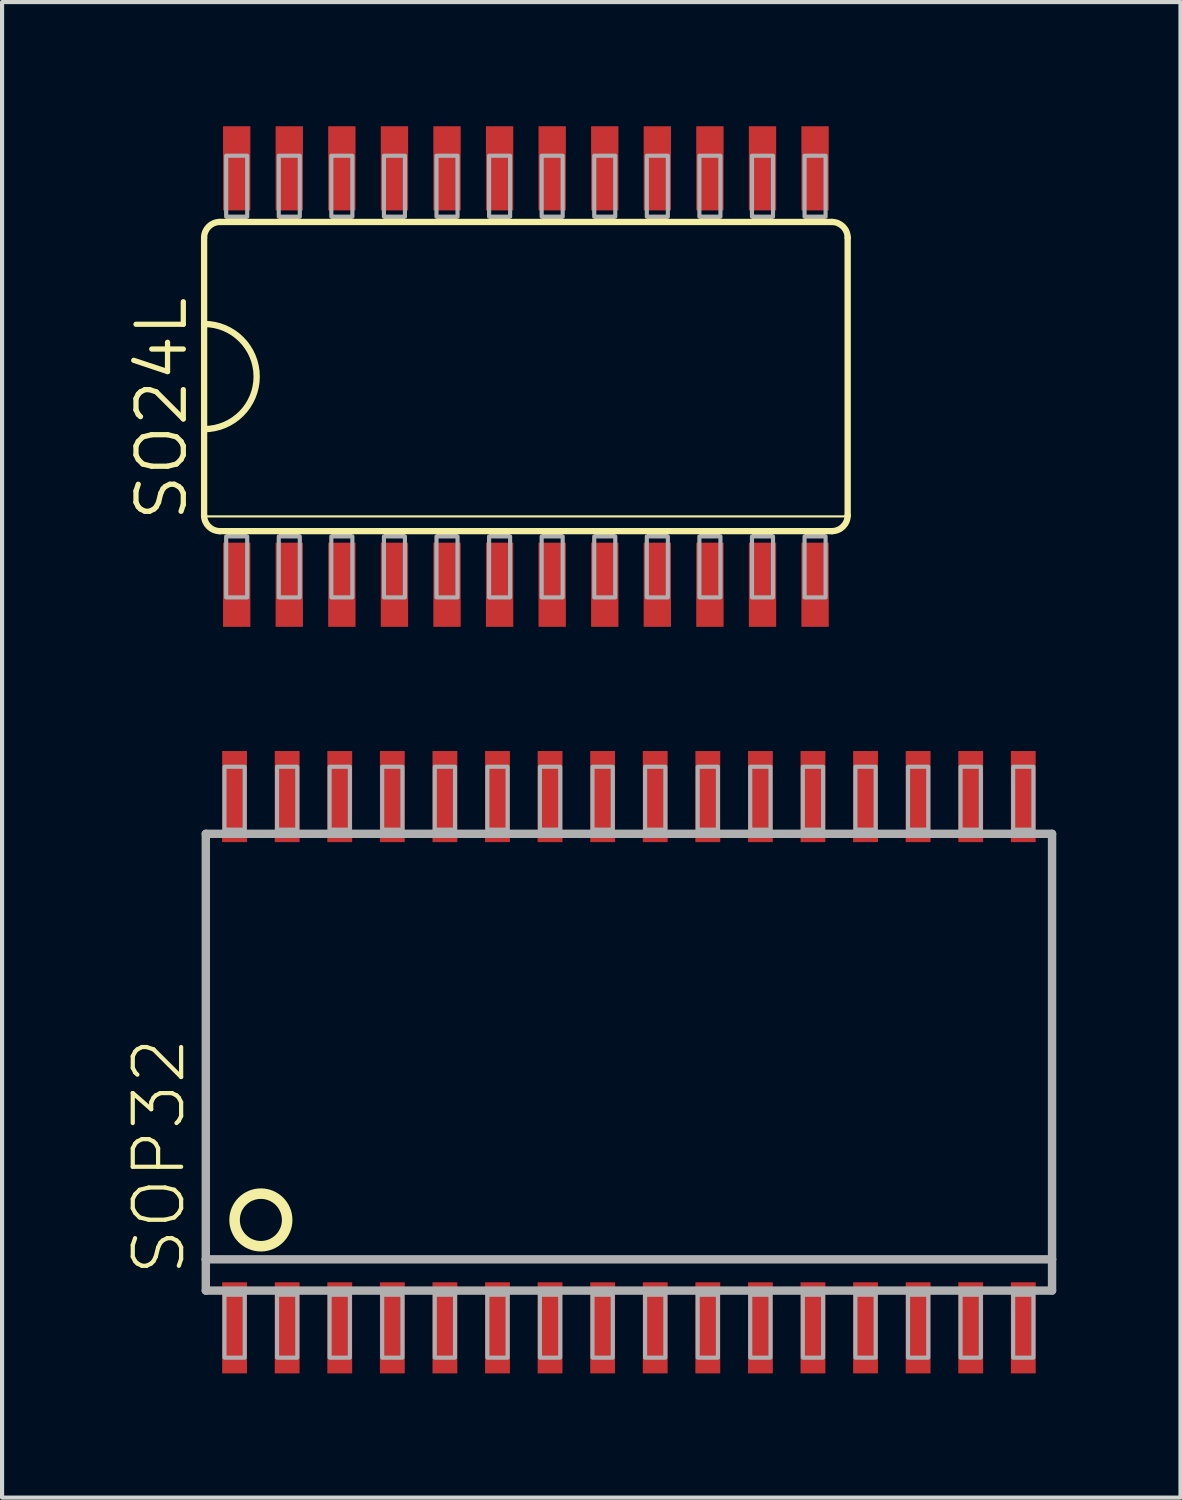
<source format=kicad_pcb>
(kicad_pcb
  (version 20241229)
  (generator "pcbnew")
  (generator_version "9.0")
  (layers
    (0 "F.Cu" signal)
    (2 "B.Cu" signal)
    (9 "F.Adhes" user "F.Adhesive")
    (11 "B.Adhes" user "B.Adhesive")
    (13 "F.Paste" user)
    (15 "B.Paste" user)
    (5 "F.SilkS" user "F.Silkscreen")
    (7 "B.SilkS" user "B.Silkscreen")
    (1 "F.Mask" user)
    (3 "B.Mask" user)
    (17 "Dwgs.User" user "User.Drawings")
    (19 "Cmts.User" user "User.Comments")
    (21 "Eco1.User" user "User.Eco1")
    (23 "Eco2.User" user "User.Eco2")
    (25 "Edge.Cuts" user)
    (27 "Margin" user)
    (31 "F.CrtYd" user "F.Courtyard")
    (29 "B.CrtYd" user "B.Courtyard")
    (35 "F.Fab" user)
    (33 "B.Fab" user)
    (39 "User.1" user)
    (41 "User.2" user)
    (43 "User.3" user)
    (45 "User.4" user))
  (footprint "SO24L"
    (layer "F.Cu")
    (at 6.477 6.045)
    (property "Reference" "SO24L" (at -4.953 3.556 90) (unlocked yes) (layer "F.SilkS") (effects (font (size 1.143 1.143) (thickness 0.127)) (justify left bottom)))
    (fp_line (start -4.597 -3.353) (end -4.597 3.353) (stroke (width 0.152) (type solid)) (layer "F.SilkS"))
    (fp_line (start -4.572 3.378) (end 10.922 3.378) (stroke (width 0.051) (type solid)) (layer "F.SilkS"))
    (fp_line (start -4.216 3.734) (end 10.566 3.734) (stroke (width 0.152) (type solid)) (layer "F.SilkS"))
    (fp_line (start 10.566 -3.734) (end -4.216 -3.734) (stroke (width 0.152) (type solid)) (layer "F.SilkS"))
    (fp_line (start 10.947 3.353) (end 10.947 -3.353) (stroke (width 0.152) (type solid)) (layer "F.SilkS"))
    (fp_arc (start -4.5974 -3.3528) (mid -4.485808 -3.622208) (end -4.2164 -3.7338) (stroke (width 0.1524) (type solid)) (layer "F.SilkS"))
    (fp_arc (start -4.5974 -1.27) (mid -3.3274 0) (end -4.5974 1.27) (stroke (width 0.1524) (type solid)) (layer "F.SilkS"))
    (fp_arc (start -4.2164 3.7338) (mid -4.485808 3.622208) (end -4.5974 3.3528) (stroke (width 0.1524) (type solid)) (layer "F.SilkS"))
    (fp_arc (start 10.5664 -3.7338) (mid 10.835808 -3.622208) (end 10.9474 -3.3528) (stroke (width 0.1524) (type solid)) (layer "F.SilkS"))
    (fp_arc (start 10.9474 3.3528) (mid 10.835808 3.622208) (end 10.5664 3.7338) (stroke (width 0.1524) (type solid)) (layer "F.SilkS"))
    (fp_poly (pts (xy -4.064 -3.734) (xy -3.556 -3.734) (xy -3.556 -3.861) (xy -4.064 -3.861)) (stroke (width 0) (type default)) (fill yes) (layer "F.SilkS"))
    (fp_poly (pts (xy -4.064 3.861) (xy -3.556 3.861) (xy -3.556 3.734) (xy -4.064 3.734)) (stroke (width 0) (type default)) (fill yes) (layer "F.SilkS"))
    (fp_poly (pts (xy -2.794 -3.734) (xy -2.286 -3.734) (xy -2.286 -3.861) (xy -2.794 -3.861)) (stroke (width 0) (type default)) (fill yes) (layer "F.SilkS"))
    (fp_poly (pts (xy -2.794 3.861) (xy -2.286 3.861) (xy -2.286 3.734) (xy -2.794 3.734)) (stroke (width 0) (type default)) (fill yes) (layer "F.SilkS"))
    (fp_poly (pts (xy -1.524 -3.734) (xy -1.016 -3.734) (xy -1.016 -3.861) (xy -1.524 -3.861)) (stroke (width 0) (type default)) (fill yes) (layer "F.SilkS"))
    (fp_poly (pts (xy -1.524 3.861) (xy -1.016 3.861) (xy -1.016 3.734) (xy -1.524 3.734)) (stroke (width 0) (type default)) (fill yes) (layer "F.SilkS"))
    (fp_poly (pts (xy -0.254 -3.734) (xy 0.254 -3.734) (xy 0.254 -3.861) (xy -0.254 -3.861)) (stroke (width 0) (type default)) (fill yes) (layer "F.SilkS"))
    (fp_poly (pts (xy -0.254 3.861) (xy 0.254 3.861) (xy 0.254 3.734) (xy -0.254 3.734)) (stroke (width 0) (type default)) (fill yes) (layer "F.SilkS"))
    (fp_poly (pts (xy 1.016 -3.734) (xy 1.524 -3.734) (xy 1.524 -3.861) (xy 1.016 -3.861)) (stroke (width 0) (type default)) (fill yes) (layer "F.SilkS"))
    (fp_poly (pts (xy 1.016 3.861) (xy 1.524 3.861) (xy 1.524 3.734) (xy 1.016 3.734)) (stroke (width 0) (type default)) (fill yes) (layer "F.SilkS"))
    (fp_poly (pts (xy 2.286 -3.734) (xy 2.794 -3.734) (xy 2.794 -3.861) (xy 2.286 -3.861)) (stroke (width 0) (type default)) (fill yes) (layer "F.SilkS"))
    (fp_poly (pts (xy 2.286 3.861) (xy 2.794 3.861) (xy 2.794 3.734) (xy 2.286 3.734)) (stroke (width 0) (type default)) (fill yes) (layer "F.SilkS"))
    (fp_poly (pts (xy 3.556 -3.734) (xy 4.064 -3.734) (xy 4.064 -3.861) (xy 3.556 -3.861)) (stroke (width 0) (type default)) (fill yes) (layer "F.SilkS"))
    (fp_poly (pts (xy 3.556 3.861) (xy 4.064 3.861) (xy 4.064 3.734) (xy 3.556 3.734)) (stroke (width 0) (type default)) (fill yes) (layer "F.SilkS"))
    (fp_poly (pts (xy 4.826 -3.734) (xy 5.334 -3.734) (xy 5.334 -3.861) (xy 4.826 -3.861)) (stroke (width 0) (type default)) (fill yes) (layer "F.SilkS"))
    (fp_poly (pts (xy 4.826 3.861) (xy 5.334 3.861) (xy 5.334 3.734) (xy 4.826 3.734)) (stroke (width 0) (type default)) (fill yes) (layer "F.SilkS"))
    (fp_poly (pts (xy 6.096 -3.734) (xy 6.604 -3.734) (xy 6.604 -3.861) (xy 6.096 -3.861)) (stroke (width 0) (type default)) (fill yes) (layer "F.SilkS"))
    (fp_poly (pts (xy 6.096 3.861) (xy 6.604 3.861) (xy 6.604 3.734) (xy 6.096 3.734)) (stroke (width 0) (type default)) (fill yes) (layer "F.SilkS"))
    (fp_poly (pts (xy 7.366 -3.734) (xy 7.874 -3.734) (xy 7.874 -3.861) (xy 7.366 -3.861)) (stroke (width 0) (type default)) (fill yes) (layer "F.SilkS"))
    (fp_poly (pts (xy 7.366 3.861) (xy 7.874 3.861) (xy 7.874 3.734) (xy 7.366 3.734)) (stroke (width 0) (type default)) (fill yes) (layer "F.SilkS"))
    (fp_poly (pts (xy 8.636 -3.734) (xy 9.144 -3.734) (xy 9.144 -3.861) (xy 8.636 -3.861)) (stroke (width 0) (type default)) (fill yes) (layer "F.SilkS"))
    (fp_poly (pts (xy 8.636 3.861) (xy 9.144 3.861) (xy 9.144 3.734) (xy 8.636 3.734)) (stroke (width 0) (type default)) (fill yes) (layer "F.SilkS"))
    (fp_poly (pts (xy 9.906 -3.734) (xy 10.414 -3.734) (xy 10.414 -3.861) (xy 9.906 -3.861)) (stroke (width 0) (type default)) (fill yes) (layer "F.SilkS"))
    (fp_poly (pts (xy 9.906 3.861) (xy 10.414 3.861) (xy 10.414 3.734) (xy 9.906 3.734)) (stroke (width 0) (type default)) (fill yes) (layer "F.SilkS"))
    (fp_poly (pts (xy -4.064 -3.861) (xy -3.556 -3.861) (xy -3.556 -5.334) (xy -4.064 -5.334)) (stroke (width 0.1) (type default)) (fill no) (layer "F.Fab"))
    (fp_poly (pts (xy -4.064 5.334) (xy -3.556 5.334) (xy -3.556 3.861) (xy -4.064 3.861)) (stroke (width 0.1) (type default)) (fill no) (layer "F.Fab"))
    (fp_poly (pts (xy -2.794 -3.861) (xy -2.286 -3.861) (xy -2.286 -5.334) (xy -2.794 -5.334)) (stroke (width 0.1) (type default)) (fill no) (layer "F.Fab"))
    (fp_poly (pts (xy -2.794 5.334) (xy -2.286 5.334) (xy -2.286 3.861) (xy -2.794 3.861)) (stroke (width 0.1) (type default)) (fill no) (layer "F.Fab"))
    (fp_poly (pts (xy -1.524 -3.861) (xy -1.016 -3.861) (xy -1.016 -5.334) (xy -1.524 -5.334)) (stroke (width 0.1) (type default)) (fill no) (layer "F.Fab"))
    (fp_poly (pts (xy -1.524 5.334) (xy -1.016 5.334) (xy -1.016 3.861) (xy -1.524 3.861)) (stroke (width 0.1) (type default)) (fill no) (layer "F.Fab"))
    (fp_poly (pts (xy -0.254 -3.861) (xy 0.254 -3.861) (xy 0.254 -5.334) (xy -0.254 -5.334)) (stroke (width 0.1) (type default)) (fill no) (layer "F.Fab"))
    (fp_poly (pts (xy -0.254 5.334) (xy 0.254 5.334) (xy 0.254 3.861) (xy -0.254 3.861)) (stroke (width 0.1) (type default)) (fill no) (layer "F.Fab"))
    (fp_poly (pts (xy 1.016 -3.861) (xy 1.524 -3.861) (xy 1.524 -5.334) (xy 1.016 -5.334)) (stroke (width 0.1) (type default)) (fill no) (layer "F.Fab"))
    (fp_poly (pts (xy 1.016 5.334) (xy 1.524 5.334) (xy 1.524 3.861) (xy 1.016 3.861)) (stroke (width 0.1) (type default)) (fill no) (layer "F.Fab"))
    (fp_poly (pts (xy 2.286 -3.861) (xy 2.794 -3.861) (xy 2.794 -5.334) (xy 2.286 -5.334)) (stroke (width 0.1) (type default)) (fill no) (layer "F.Fab"))
    (fp_poly (pts (xy 2.286 5.334) (xy 2.794 5.334) (xy 2.794 3.861) (xy 2.286 3.861)) (stroke (width 0.1) (type default)) (fill no) (layer "F.Fab"))
    (fp_poly (pts (xy 3.556 -3.861) (xy 4.064 -3.861) (xy 4.064 -5.334) (xy 3.556 -5.334)) (stroke (width 0.1) (type default)) (fill no) (layer "F.Fab"))
    (fp_poly (pts (xy 3.556 5.334) (xy 4.064 5.334) (xy 4.064 3.861) (xy 3.556 3.861)) (stroke (width 0.1) (type default)) (fill no) (layer "F.Fab"))
    (fp_poly (pts (xy 4.826 -3.861) (xy 5.334 -3.861) (xy 5.334 -5.334) (xy 4.826 -5.334)) (stroke (width 0.1) (type default)) (fill no) (layer "F.Fab"))
    (fp_poly (pts (xy 4.826 5.334) (xy 5.334 5.334) (xy 5.334 3.861) (xy 4.826 3.861)) (stroke (width 0.1) (type default)) (fill no) (layer "F.Fab"))
    (fp_poly (pts (xy 6.096 -3.861) (xy 6.604 -3.861) (xy 6.604 -5.334) (xy 6.096 -5.334)) (stroke (width 0.1) (type default)) (fill no) (layer "F.Fab"))
    (fp_poly (pts (xy 6.096 5.334) (xy 6.604 5.334) (xy 6.604 3.861) (xy 6.096 3.861)) (stroke (width 0.1) (type default)) (fill no) (layer "F.Fab"))
    (fp_poly (pts (xy 7.366 -3.861) (xy 7.874 -3.861) (xy 7.874 -5.334) (xy 7.366 -5.334)) (stroke (width 0.1) (type default)) (fill no) (layer "F.Fab"))
    (fp_poly (pts (xy 7.366 5.334) (xy 7.874 5.334) (xy 7.874 3.861) (xy 7.366 3.861)) (stroke (width 0.1) (type default)) (fill no) (layer "F.Fab"))
    (fp_poly (pts (xy 8.636 -3.861) (xy 9.144 -3.861) (xy 9.144 -5.334) (xy 8.636 -5.334)) (stroke (width 0.1) (type default)) (fill no) (layer "F.Fab"))
    (fp_poly (pts (xy 8.636 5.334) (xy 9.144 5.334) (xy 9.144 3.861) (xy 8.636 3.861)) (stroke (width 0.1) (type default)) (fill no) (layer "F.Fab"))
    (fp_poly (pts (xy 9.906 -3.861) (xy 10.414 -3.861) (xy 10.414 -5.334) (xy 9.906 -5.334)) (stroke (width 0.1) (type default)) (fill no) (layer "F.Fab"))
    (fp_poly (pts (xy 9.906 5.334) (xy 10.414 5.334) (xy 10.414 3.861) (xy 9.906 3.861)) (stroke (width 0.1) (type default)) (fill no) (layer "F.Fab"))
    (pad "1" smd rect (at -3.81 5.029) (size 0.66 2.032) (layers "F.Cu" "F.Mask" "F.Paste"))
    (pad "2" smd rect (at -2.54 5.029) (size 0.66 2.032) (layers "F.Cu" "F.Mask" "F.Paste"))
    (pad "3" smd rect (at -1.27 5.029) (size 0.66 2.032) (layers "F.Cu" "F.Mask" "F.Paste"))
    (pad "4" smd rect (at 0 5.029) (size 0.66 2.032) (layers "F.Cu" "F.Mask" "F.Paste"))
    (pad "5" smd rect (at 1.27 5.029) (size 0.66 2.032) (layers "F.Cu" "F.Mask" "F.Paste"))
    (pad "6" smd rect (at 2.54 5.029) (size 0.66 2.032) (layers "F.Cu" "F.Mask" "F.Paste"))
    (pad "7" smd rect (at 3.81 5.029) (size 0.66 2.032) (layers "F.Cu" "F.Mask" "F.Paste"))
    (pad "8" smd rect (at 5.08 5.029) (size 0.66 2.032) (layers "F.Cu" "F.Mask" "F.Paste"))
    (pad "9" smd rect (at 6.35 5.029) (size 0.66 2.032) (layers "F.Cu" "F.Mask" "F.Paste"))
    (pad "10" smd rect (at 7.62 5.029) (size 0.66 2.032) (layers "F.Cu" "F.Mask" "F.Paste"))
    (pad "11" smd rect (at 8.89 5.029) (size 0.66 2.032) (layers "F.Cu" "F.Mask" "F.Paste"))
    (pad "12" smd rect (at 10.16 5.029) (size 0.66 2.032) (layers "F.Cu" "F.Mask" "F.Paste"))
    (pad "13" smd rect (at 10.16 -5.029) (size 0.66 2.032) (layers "F.Cu" "F.Mask" "F.Paste"))
    (pad "14" smd rect (at 8.89 -5.029) (size 0.66 2.032) (layers "F.Cu" "F.Mask" "F.Paste"))
    (pad "15" smd rect (at 7.62 -5.029) (size 0.66 2.032) (layers "F.Cu" "F.Mask" "F.Paste"))
    (pad "16" smd rect (at 6.35 -5.029) (size 0.66 2.032) (layers "F.Cu" "F.Mask" "F.Paste"))
    (pad "17" smd rect (at 5.08 -5.029) (size 0.66 2.032) (layers "F.Cu" "F.Mask" "F.Paste"))
    (pad "18" smd rect (at 3.81 -5.029) (size 0.66 2.032) (layers "F.Cu" "F.Mask" "F.Paste"))
    (pad "19" smd rect (at 2.54 -5.029) (size 0.66 2.032) (layers "F.Cu" "F.Mask" "F.Paste"))
    (pad "20" smd rect (at 1.27 -5.029) (size 0.66 2.032) (layers "F.Cu" "F.Mask" "F.Paste"))
    (pad "21" smd rect (at 0 -5.029) (size 0.66 2.032) (layers "F.Cu" "F.Mask" "F.Paste"))
    (pad "22" smd rect (at -1.27 -5.029) (size 0.66 2.032) (layers "F.Cu" "F.Mask" "F.Paste"))
    (pad "23" smd rect (at -2.54 -5.029) (size 0.66 2.032) (layers "F.Cu" "F.Mask" "F.Paste"))
    (pad "24" smd rect (at -3.81 -5.029) (size 0.66 2.032) (layers "F.Cu" "F.Mask" "F.Paste")))
  (footprint "SOP32"
    (layer "F.Cu")
    (at 11.506 22.606)
    (property "Reference" "SOP32" (at -10.033 5.207 90) (unlocked yes) (layer "F.SilkS") (effects (font (size 1.168 1.168) (thickness 0.102)) (justify left bottom)))
    (fp_circle (center -8.255 3.81) (end -7.62 3.81) (stroke (width 0.254) (type solid)) (fill no) (layer "F.SilkS"))
    (fp_line (start -9.585 -5.516) (end 10.855 -5.516) (stroke (width 0.203) (type solid)) (layer "F.Fab"))
    (fp_line (start -9.585 4.762) (end -9.585 -5.516) (stroke (width 0.203) (type solid)) (layer "F.Fab"))
    (fp_line (start -9.585 5.516) (end -9.585 4.762) (stroke (width 0.203) (type solid)) (layer "F.Fab"))
    (fp_line (start 10.855 -5.516) (end 10.855 4.762) (stroke (width 0.203) (type solid)) (layer "F.Fab"))
    (fp_line (start 10.855 4.762) (end -9.585 4.762) (stroke (width 0.203) (type solid)) (layer "F.Fab"))
    (fp_line (start 10.855 4.762) (end 10.855 5.516) (stroke (width 0.203) (type solid)) (layer "F.Fab"))
    (fp_line (start 10.855 5.516) (end -9.585 5.516) (stroke (width 0.203) (type solid)) (layer "F.Fab"))
    (fp_poly (pts (xy -9.135 -5.616) (xy -8.645 -5.616) (xy -8.645 -7.136) (xy -9.135 -7.136)) (stroke (width 0.1) (type default)) (fill no) (layer "F.Fab"))
    (fp_poly (pts (xy -9.135 7.136) (xy -8.645 7.136) (xy -8.645 5.616) (xy -9.135 5.616)) (stroke (width 0.1) (type default)) (fill no) (layer "F.Fab"))
    (fp_poly (pts (xy -7.865 -5.616) (xy -7.375 -5.616) (xy -7.375 -7.136) (xy -7.865 -7.136)) (stroke (width 0.1) (type default)) (fill no) (layer "F.Fab"))
    (fp_poly (pts (xy -7.865 7.136) (xy -7.375 7.136) (xy -7.375 5.616) (xy -7.865 5.616)) (stroke (width 0.1) (type default)) (fill no) (layer "F.Fab"))
    (fp_poly (pts (xy -6.595 -5.616) (xy -6.105 -5.616) (xy -6.105 -7.136) (xy -6.595 -7.136)) (stroke (width 0.1) (type default)) (fill no) (layer "F.Fab"))
    (fp_poly (pts (xy -6.595 7.136) (xy -6.105 7.136) (xy -6.105 5.616) (xy -6.595 5.616)) (stroke (width 0.1) (type default)) (fill no) (layer "F.Fab"))
    (fp_poly (pts (xy -5.325 -5.616) (xy -4.835 -5.616) (xy -4.835 -7.136) (xy -5.325 -7.136)) (stroke (width 0.1) (type default)) (fill no) (layer "F.Fab"))
    (fp_poly (pts (xy -5.325 7.136) (xy -4.835 7.136) (xy -4.835 5.616) (xy -5.325 5.616)) (stroke (width 0.1) (type default)) (fill no) (layer "F.Fab"))
    (fp_poly (pts (xy -4.055 -5.616) (xy -3.565 -5.616) (xy -3.565 -7.136) (xy -4.055 -7.136)) (stroke (width 0.1) (type default)) (fill no) (layer "F.Fab"))
    (fp_poly (pts (xy -4.055 7.136) (xy -3.565 7.136) (xy -3.565 5.616) (xy -4.055 5.616)) (stroke (width 0.1) (type default)) (fill no) (layer "F.Fab"))
    (fp_poly (pts (xy -2.785 -5.616) (xy -2.295 -5.616) (xy -2.295 -7.136) (xy -2.785 -7.136)) (stroke (width 0.1) (type default)) (fill no) (layer "F.Fab"))
    (fp_poly (pts (xy -2.785 7.136) (xy -2.295 7.136) (xy -2.295 5.616) (xy -2.785 5.616)) (stroke (width 0.1) (type default)) (fill no) (layer "F.Fab"))
    (fp_poly (pts (xy -1.515 -5.616) (xy -1.025 -5.616) (xy -1.025 -7.136) (xy -1.515 -7.136)) (stroke (width 0.1) (type default)) (fill no) (layer "F.Fab"))
    (fp_poly (pts (xy -1.515 7.136) (xy -1.025 7.136) (xy -1.025 5.616) (xy -1.515 5.616)) (stroke (width 0.1) (type default)) (fill no) (layer "F.Fab"))
    (fp_poly (pts (xy -0.245 -5.616) (xy 0.245 -5.616) (xy 0.245 -7.136) (xy -0.245 -7.136)) (stroke (width 0.1) (type default)) (fill no) (layer "F.Fab"))
    (fp_poly (pts (xy -0.245 7.136) (xy 0.245 7.136) (xy 0.245 5.616) (xy -0.245 5.616)) (stroke (width 0.1) (type default)) (fill no) (layer "F.Fab"))
    (fp_poly (pts (xy 1.025 -5.616) (xy 1.515 -5.616) (xy 1.515 -7.136) (xy 1.025 -7.136)) (stroke (width 0.1) (type default)) (fill no) (layer "F.Fab"))
    (fp_poly (pts (xy 1.025 7.136) (xy 1.515 7.136) (xy 1.515 5.616) (xy 1.025 5.616)) (stroke (width 0.1) (type default)) (fill no) (layer "F.Fab"))
    (fp_poly (pts (xy 2.295 -5.616) (xy 2.785 -5.616) (xy 2.785 -7.136) (xy 2.295 -7.136)) (stroke (width 0.1) (type default)) (fill no) (layer "F.Fab"))
    (fp_poly (pts (xy 2.295 7.136) (xy 2.785 7.136) (xy 2.785 5.616) (xy 2.295 5.616)) (stroke (width 0.1) (type default)) (fill no) (layer "F.Fab"))
    (fp_poly (pts (xy 3.565 -5.616) (xy 4.055 -5.616) (xy 4.055 -7.136) (xy 3.565 -7.136)) (stroke (width 0.1) (type default)) (fill no) (layer "F.Fab"))
    (fp_poly (pts (xy 3.565 7.136) (xy 4.055 7.136) (xy 4.055 5.616) (xy 3.565 5.616)) (stroke (width 0.1) (type default)) (fill no) (layer "F.Fab"))
    (fp_poly (pts (xy 4.835 -5.616) (xy 5.325 -5.616) (xy 5.325 -7.136) (xy 4.835 -7.136)) (stroke (width 0.1) (type default)) (fill no) (layer "F.Fab"))
    (fp_poly (pts (xy 4.835 7.136) (xy 5.325 7.136) (xy 5.325 5.616) (xy 4.835 5.616)) (stroke (width 0.1) (type default)) (fill no) (layer "F.Fab"))
    (fp_poly (pts (xy 6.105 -5.616) (xy 6.595 -5.616) (xy 6.595 -7.136) (xy 6.105 -7.136)) (stroke (width 0.1) (type default)) (fill no) (layer "F.Fab"))
    (fp_poly (pts (xy 6.105 7.136) (xy 6.595 7.136) (xy 6.595 5.616) (xy 6.105 5.616)) (stroke (width 0.1) (type default)) (fill no) (layer "F.Fab"))
    (fp_poly (pts (xy 7.375 -5.616) (xy 7.865 -5.616) (xy 7.865 -7.136) (xy 7.375 -7.136)) (stroke (width 0.1) (type default)) (fill no) (layer "F.Fab"))
    (fp_poly (pts (xy 7.375 7.136) (xy 7.865 7.136) (xy 7.865 5.616) (xy 7.375 5.616)) (stroke (width 0.1) (type default)) (fill no) (layer "F.Fab"))
    (fp_poly (pts (xy 8.645 -5.616) (xy 9.135 -5.616) (xy 9.135 -7.136) (xy 8.645 -7.136)) (stroke (width 0.1) (type default)) (fill no) (layer "F.Fab"))
    (fp_poly (pts (xy 8.645 7.136) (xy 9.135 7.136) (xy 9.135 5.616) (xy 8.645 5.616)) (stroke (width 0.1) (type default)) (fill no) (layer "F.Fab"))
    (fp_poly (pts (xy 9.915 -5.616) (xy 10.405 -5.616) (xy 10.405 -7.136) (xy 9.915 -7.136)) (stroke (width 0.1) (type default)) (fill no) (layer "F.Fab"))
    (fp_poly (pts (xy 9.915 7.136) (xy 10.405 7.136) (xy 10.405 5.616) (xy 9.915 5.616)) (stroke (width 0.1) (type default)) (fill no) (layer "F.Fab"))
    (pad "1" smd rect (at -8.89 6.416) (size 0.6 2.2) (layers "F.Cu" "F.Mask" "F.Paste"))
    (pad "2" smd rect (at -7.62 6.416) (size 0.6 2.2) (layers "F.Cu" "F.Mask" "F.Paste"))
    (pad "3" smd rect (at -6.35 6.416) (size 0.6 2.2) (layers "F.Cu" "F.Mask" "F.Paste"))
    (pad "4" smd rect (at -5.08 6.416) (size 0.6 2.2) (layers "F.Cu" "F.Mask" "F.Paste"))
    (pad "5" smd rect (at -3.81 6.416) (size 0.6 2.2) (layers "F.Cu" "F.Mask" "F.Paste"))
    (pad "6" smd rect (at -2.54 6.416) (size 0.6 2.2) (layers "F.Cu" "F.Mask" "F.Paste"))
    (pad "7" smd rect (at -1.27 6.416) (size 0.6 2.2) (layers "F.Cu" "F.Mask" "F.Paste"))
    (pad "8" smd rect (at 0 6.416) (size 0.6 2.2) (layers "F.Cu" "F.Mask" "F.Paste"))
    (pad "9" smd rect (at 1.27 6.416) (size 0.6 2.2) (layers "F.Cu" "F.Mask" "F.Paste"))
    (pad "10" smd rect (at 2.54 6.416) (size 0.6 2.2) (layers "F.Cu" "F.Mask" "F.Paste"))
    (pad "11" smd rect (at 3.81 6.416) (size 0.6 2.2) (layers "F.Cu" "F.Mask" "F.Paste"))
    (pad "12" smd rect (at 5.08 6.416) (size 0.6 2.2) (layers "F.Cu" "F.Mask" "F.Paste"))
    (pad "13" smd rect (at 6.35 6.416) (size 0.6 2.2) (layers "F.Cu" "F.Mask" "F.Paste"))
    (pad "14" smd rect (at 7.62 6.416) (size 0.6 2.2) (layers "F.Cu" "F.Mask" "F.Paste"))
    (pad "15" smd rect (at 8.89 6.416) (size 0.6 2.2) (layers "F.Cu" "F.Mask" "F.Paste"))
    (pad "16" smd rect (at 10.16 6.416) (size 0.6 2.2) (layers "F.Cu" "F.Mask" "F.Paste"))
    (pad "17" smd rect (at 10.16 -6.416) (size 0.6 2.2) (layers "F.Cu" "F.Mask" "F.Paste"))
    (pad "18" smd rect (at 8.89 -6.416) (size 0.6 2.2) (layers "F.Cu" "F.Mask" "F.Paste"))
    (pad "19" smd rect (at 7.62 -6.416) (size 0.6 2.2) (layers "F.Cu" "F.Mask" "F.Paste"))
    (pad "20" smd rect (at 6.35 -6.416) (size 0.6 2.2) (layers "F.Cu" "F.Mask" "F.Paste"))
    (pad "21" smd rect (at 5.08 -6.416) (size 0.6 2.2) (layers "F.Cu" "F.Mask" "F.Paste"))
    (pad "22" smd rect (at 3.81 -6.416) (size 0.6 2.2) (layers "F.Cu" "F.Mask" "F.Paste"))
    (pad "23" smd rect (at 2.54 -6.416) (size 0.6 2.2) (layers "F.Cu" "F.Mask" "F.Paste"))
    (pad "24" smd rect (at 1.27 -6.416) (size 0.6 2.2) (layers "F.Cu" "F.Mask" "F.Paste"))
    (pad "25" smd rect (at 0 -6.416) (size 0.6 2.2) (layers "F.Cu" "F.Mask" "F.Paste"))
    (pad "26" smd rect (at -1.27 -6.416) (size 0.6 2.2) (layers "F.Cu" "F.Mask" "F.Paste"))
    (pad "27" smd rect (at -2.54 -6.416) (size 0.6 2.2) (layers "F.Cu" "F.Mask" "F.Paste"))
    (pad "28" smd rect (at -3.81 -6.416) (size 0.6 2.2) (layers "F.Cu" "F.Mask" "F.Paste"))
    (pad "29" smd rect (at -5.08 -6.416) (size 0.6 2.2) (layers "F.Cu" "F.Mask" "F.Paste"))
    (pad "30" smd rect (at -6.35 -6.416) (size 0.6 2.2) (layers "F.Cu" "F.Mask" "F.Paste"))
    (pad "31" smd rect (at -7.62 -6.416) (size 0.6 2.2) (layers "F.Cu" "F.Mask" "F.Paste"))
    (pad "32" smd rect (at -8.89 -6.416) (size 0.6 2.2) (layers "F.Cu" "F.Mask" "F.Paste")))
  (gr_rect
    (start -3 -3)
    (end 25.463 33.122)
    (stroke (width 0.1) (type default))
    (fill no)
    (layer "Edge.Cuts")))
</source>
